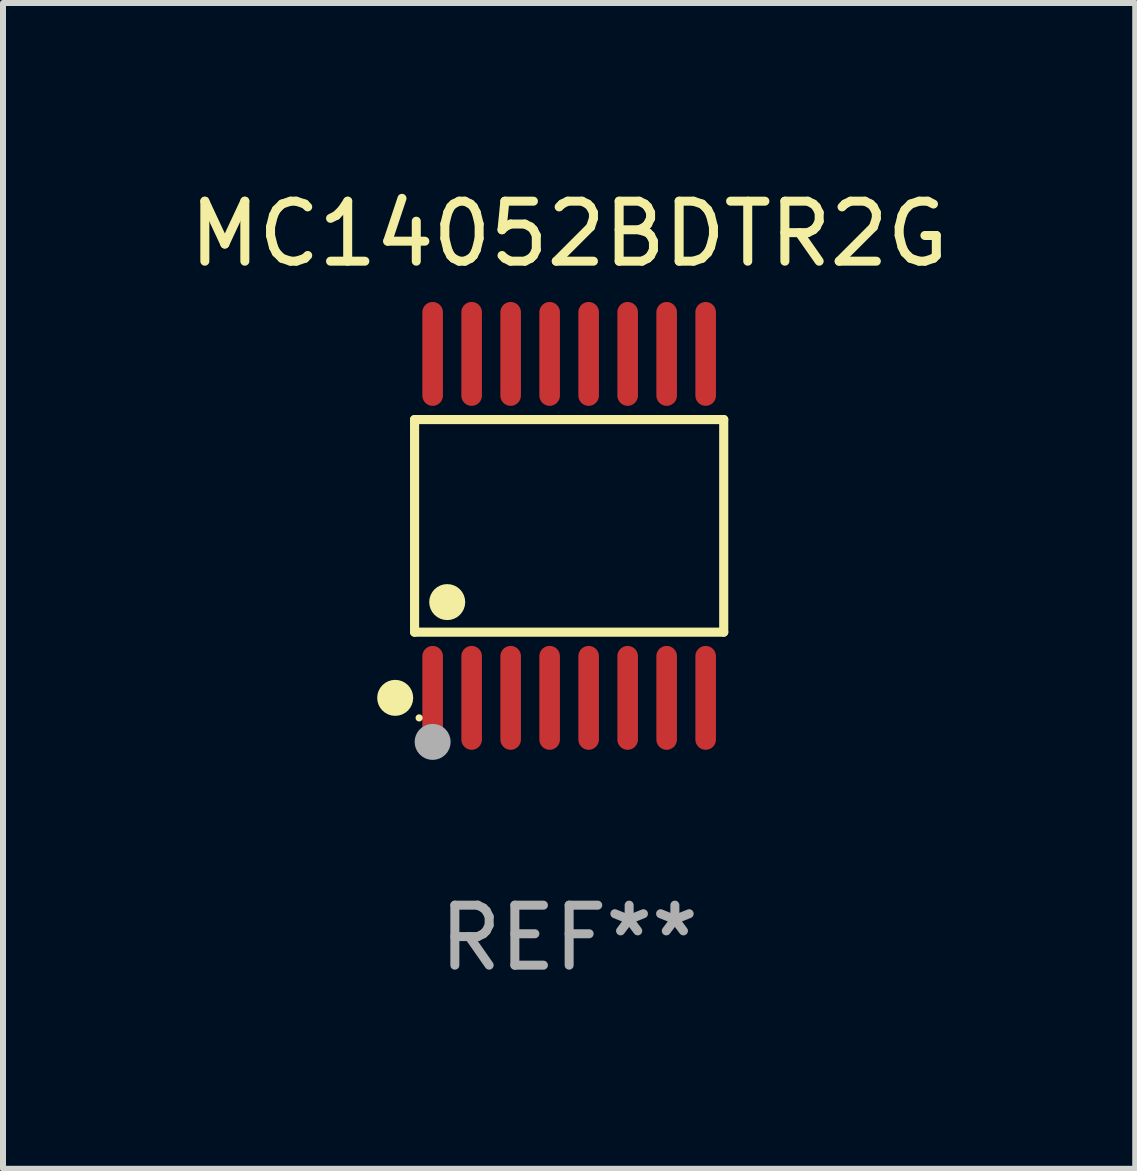
<source format=kicad_pcb>
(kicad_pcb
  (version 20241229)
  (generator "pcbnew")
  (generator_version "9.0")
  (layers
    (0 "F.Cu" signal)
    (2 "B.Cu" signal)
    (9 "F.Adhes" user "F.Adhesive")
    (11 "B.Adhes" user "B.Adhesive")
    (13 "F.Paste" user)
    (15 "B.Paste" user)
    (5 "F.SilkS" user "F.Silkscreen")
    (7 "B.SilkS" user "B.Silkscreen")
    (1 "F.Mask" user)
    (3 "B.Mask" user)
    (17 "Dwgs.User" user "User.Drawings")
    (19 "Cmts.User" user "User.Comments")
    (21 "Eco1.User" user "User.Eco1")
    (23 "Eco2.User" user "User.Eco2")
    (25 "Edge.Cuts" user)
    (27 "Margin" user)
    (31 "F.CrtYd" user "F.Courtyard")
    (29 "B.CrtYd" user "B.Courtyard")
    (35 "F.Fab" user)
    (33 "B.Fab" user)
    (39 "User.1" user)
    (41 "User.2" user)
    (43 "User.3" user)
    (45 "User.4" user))
  (footprint "MC14052BDTR2G"
    (layer "F.Cu")
    (at 6.435 5.714)
    (property "Reference" "MC14052BDTR2G" (at 0 -4.866 0) (layer "F.SilkS") (effects (font (size 1 1) (thickness 0.15))))
    (attr through_hole)
    (fp_line (start -2.576 -1.772) (end 2.576 -1.772) (stroke (width 0.152) (type solid)) (layer "F.SilkS"))
    (fp_line (start -2.576 1.771) (end -2.576 -1.772) (stroke (width 0.152) (type solid)) (layer "F.SilkS"))
    (fp_line (start 2.576 -1.772) (end 2.576 1.771) (stroke (width 0.152) (type solid)) (layer "F.SilkS"))
    (fp_line (start 2.576 1.771) (end -2.576 1.771) (stroke (width 0.152) (type solid)) (layer "F.SilkS"))
    (fp_circle (center -2.899 2.866) (end -2.749 2.866) (stroke (width 0.3) (type solid)) (fill no) (layer "F.SilkS"))
    (fp_circle (center -2.5 3.2) (end -2.47 3.2) (stroke (width 0.06) (type solid)) (fill no) (layer "F.SilkS"))
    (fp_circle (center -2.032 1.27) (end -1.882 1.27) (stroke (width 0.3) (type solid)) (fill no) (layer "F.SilkS"))
    (fp_circle (center -2.275 3.6) (end -2.125 3.6) (stroke (width 0.3) (type solid)) (fill no) (layer "F.Fab"))
    (fp_text user "REF**" (at 0 6.866 0) (layer "F.Fab") (effects (font (size 1 1) (thickness 0.15))))
    (pad "1" smd oval (at -2.275 2.866) (size 0.343 1.731) (layers "F.Cu" "F.Mask" "F.Paste"))
    (pad "2" smd oval (at -1.625 2.866) (size 0.343 1.731) (layers "F.Cu" "F.Mask" "F.Paste"))
    (pad "3" smd oval (at -0.975 2.866) (size 0.343 1.731) (layers "F.Cu" "F.Mask" "F.Paste"))
    (pad "4" smd oval (at -0.325 2.866) (size 0.343 1.731) (layers "F.Cu" "F.Mask" "F.Paste"))
    (pad "5" smd oval (at 0.325 2.866) (size 0.343 1.731) (layers "F.Cu" "F.Mask" "F.Paste"))
    (pad "6" smd oval (at 0.975 2.866) (size 0.343 1.731) (layers "F.Cu" "F.Mask" "F.Paste"))
    (pad "7" smd oval (at 1.625 2.866) (size 0.343 1.731) (layers "F.Cu" "F.Mask" "F.Paste"))
    (pad "8" smd oval (at 2.275 2.866) (size 0.343 1.731) (layers "F.Cu" "F.Mask" "F.Paste"))
    (pad "9" smd oval (at 2.275 -2.866) (size 0.343 1.731) (layers "F.Cu" "F.Mask" "F.Paste"))
    (pad "10" smd oval (at 1.625 -2.866) (size 0.343 1.731) (layers "F.Cu" "F.Mask" "F.Paste"))
    (pad "11" smd oval (at 0.975 -2.866) (size 0.343 1.731) (layers "F.Cu" "F.Mask" "F.Paste"))
    (pad "12" smd oval (at 0.325 -2.866) (size 0.343 1.731) (layers "F.Cu" "F.Mask" "F.Paste"))
    (pad "13" smd oval (at -0.325 -2.866) (size 0.343 1.731) (layers "F.Cu" "F.Mask" "F.Paste"))
    (pad "14" smd oval (at -0.975 -2.866) (size 0.343 1.731) (layers "F.Cu" "F.Mask" "F.Paste"))
    (pad "15" smd oval (at -1.625 -2.866) (size 0.343 1.731) (layers "F.Cu" "F.Mask" "F.Paste"))
    (pad "16" smd oval (at -2.275 -2.866) (size 0.343 1.731) (layers "F.Cu" "F.Mask" "F.Paste")))
  (gr_rect
    (start -3 -3)
    (end 15.869 16.428)
    (stroke (width 0.1) (type default))
    (fill no)
    (layer "Edge.Cuts")))
</source>
